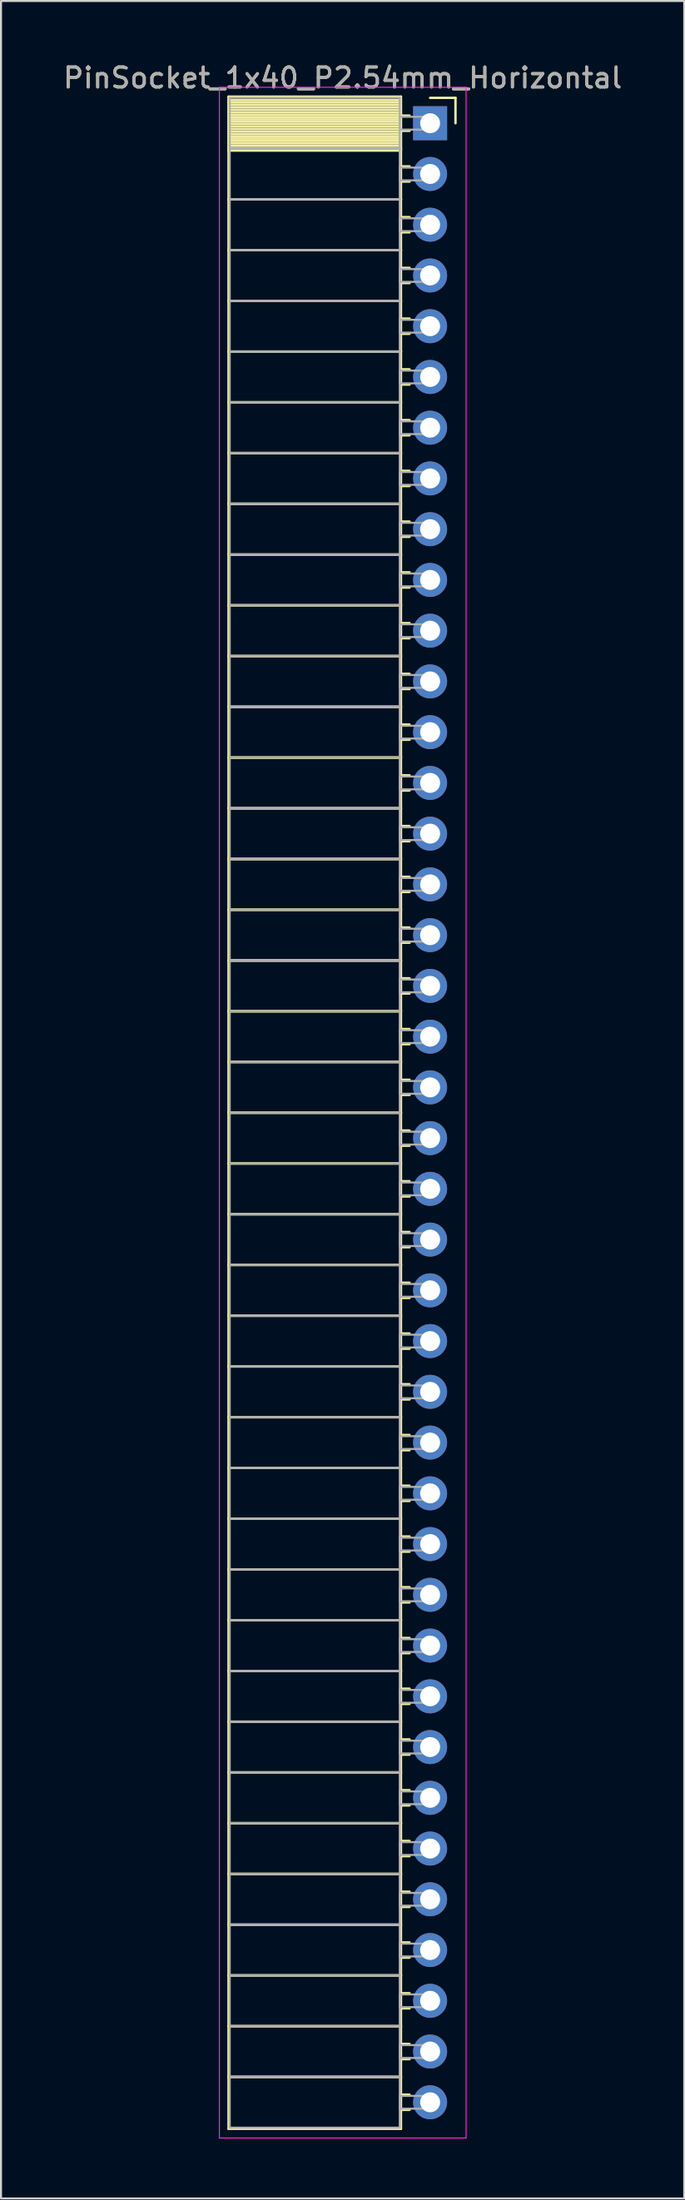
<source format=kicad_pcb>
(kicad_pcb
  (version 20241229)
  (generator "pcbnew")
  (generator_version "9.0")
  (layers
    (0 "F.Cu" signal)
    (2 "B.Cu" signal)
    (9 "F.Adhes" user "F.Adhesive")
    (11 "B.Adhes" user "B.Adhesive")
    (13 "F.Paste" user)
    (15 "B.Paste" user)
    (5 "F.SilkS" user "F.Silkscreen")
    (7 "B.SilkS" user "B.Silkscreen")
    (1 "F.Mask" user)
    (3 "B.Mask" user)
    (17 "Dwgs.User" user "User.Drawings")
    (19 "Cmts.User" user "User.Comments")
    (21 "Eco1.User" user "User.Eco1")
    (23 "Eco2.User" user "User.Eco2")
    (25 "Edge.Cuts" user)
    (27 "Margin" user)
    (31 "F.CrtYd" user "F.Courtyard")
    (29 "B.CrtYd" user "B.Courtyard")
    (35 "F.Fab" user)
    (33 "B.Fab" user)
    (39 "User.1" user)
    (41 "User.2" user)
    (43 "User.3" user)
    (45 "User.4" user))
  (footprint "PinSocket_1x40_P2.54mm_Horizontal"
    (layer "F.Cu")
    (at 18.481 3.118)
    (property "Reference" "PinSocket_1x40_P2.54mm_Horizontal" (at -4.38 -2.27 0) (layer "F.SilkS") (effects (font (size 1 1) (thickness 0.15))))
    (attr through_hole)
    (fp_line (start -10.09 -1.33) (end -1.46 -1.33) (stroke (width 0.12) (type solid)) (layer "F.SilkS"))
    (fp_line (start -10.09 1.27) (end -10.09 -1.33) (stroke (width 0.12) (type solid)) (layer "F.SilkS"))
    (fp_line (start -10.09 1.27) (end -1.46 1.27) (stroke (width 0.12) (type solid)) (layer "F.SilkS"))
    (fp_line (start -10.09 3.81) (end -10.09 1.27) (stroke (width 0.12) (type solid)) (layer "F.SilkS"))
    (fp_line (start -10.09 3.81) (end -1.46 3.81) (stroke (width 0.12) (type solid)) (layer "F.SilkS"))
    (fp_line (start -10.09 6.35) (end -10.09 3.81) (stroke (width 0.12) (type solid)) (layer "F.SilkS"))
    (fp_line (start -10.09 6.35) (end -1.46 6.35) (stroke (width 0.12) (type solid)) (layer "F.SilkS"))
    (fp_line (start -10.09 8.89) (end -10.09 6.35) (stroke (width 0.12) (type solid)) (layer "F.SilkS"))
    (fp_line (start -10.09 8.89) (end -1.46 8.89) (stroke (width 0.12) (type solid)) (layer "F.SilkS"))
    (fp_line (start -10.09 11.43) (end -10.09 8.89) (stroke (width 0.12) (type solid)) (layer "F.SilkS"))
    (fp_line (start -10.09 11.43) (end -1.46 11.43) (stroke (width 0.12) (type solid)) (layer "F.SilkS"))
    (fp_line (start -10.09 13.97) (end -10.09 11.43) (stroke (width 0.12) (type solid)) (layer "F.SilkS"))
    (fp_line (start -10.09 13.97) (end -1.46 13.97) (stroke (width 0.12) (type solid)) (layer "F.SilkS"))
    (fp_line (start -10.09 16.51) (end -10.09 13.97) (stroke (width 0.12) (type solid)) (layer "F.SilkS"))
    (fp_line (start -10.09 16.51) (end -1.46 16.51) (stroke (width 0.12) (type solid)) (layer "F.SilkS"))
    (fp_line (start -10.09 19.05) (end -10.09 16.51) (stroke (width 0.12) (type solid)) (layer "F.SilkS"))
    (fp_line (start -10.09 19.05) (end -1.46 19.05) (stroke (width 0.12) (type solid)) (layer "F.SilkS"))
    (fp_line (start -10.09 21.59) (end -10.09 19.05) (stroke (width 0.12) (type solid)) (layer "F.SilkS"))
    (fp_line (start -10.09 21.59) (end -1.46 21.59) (stroke (width 0.12) (type solid)) (layer "F.SilkS"))
    (fp_line (start -10.09 24.13) (end -10.09 21.59) (stroke (width 0.12) (type solid)) (layer "F.SilkS"))
    (fp_line (start -10.09 24.13) (end -1.46 24.13) (stroke (width 0.12) (type solid)) (layer "F.SilkS"))
    (fp_line (start -10.09 26.67) (end -10.09 24.13) (stroke (width 0.12) (type solid)) (layer "F.SilkS"))
    (fp_line (start -10.09 26.67) (end -1.46 26.67) (stroke (width 0.12) (type solid)) (layer "F.SilkS"))
    (fp_line (start -10.09 29.21) (end -10.09 26.67) (stroke (width 0.12) (type solid)) (layer "F.SilkS"))
    (fp_line (start -10.09 29.21) (end -1.46 29.21) (stroke (width 0.12) (type solid)) (layer "F.SilkS"))
    (fp_line (start -10.09 31.75) (end -10.09 29.21) (stroke (width 0.12) (type solid)) (layer "F.SilkS"))
    (fp_line (start -10.09 31.75) (end -1.46 31.75) (stroke (width 0.12) (type solid)) (layer "F.SilkS"))
    (fp_line (start -10.09 34.29) (end -10.09 31.75) (stroke (width 0.12) (type solid)) (layer "F.SilkS"))
    (fp_line (start -10.09 34.29) (end -1.46 34.29) (stroke (width 0.12) (type solid)) (layer "F.SilkS"))
    (fp_line (start -10.09 36.83) (end -10.09 34.29) (stroke (width 0.12) (type solid)) (layer "F.SilkS"))
    (fp_line (start -10.09 36.83) (end -1.46 36.83) (stroke (width 0.12) (type solid)) (layer "F.SilkS"))
    (fp_line (start -10.09 39.37) (end -10.09 36.83) (stroke (width 0.12) (type solid)) (layer "F.SilkS"))
    (fp_line (start -10.09 39.37) (end -1.46 39.37) (stroke (width 0.12) (type solid)) (layer "F.SilkS"))
    (fp_line (start -10.09 41.91) (end -10.09 39.37) (stroke (width 0.12) (type solid)) (layer "F.SilkS"))
    (fp_line (start -10.09 41.91) (end -1.46 41.91) (stroke (width 0.12) (type solid)) (layer "F.SilkS"))
    (fp_line (start -10.09 44.45) (end -10.09 41.91) (stroke (width 0.12) (type solid)) (layer "F.SilkS"))
    (fp_line (start -10.09 44.45) (end -1.46 44.45) (stroke (width 0.12) (type solid)) (layer "F.SilkS"))
    (fp_line (start -10.09 46.99) (end -10.09 44.45) (stroke (width 0.12) (type solid)) (layer "F.SilkS"))
    (fp_line (start -10.09 46.99) (end -1.46 46.99) (stroke (width 0.12) (type solid)) (layer "F.SilkS"))
    (fp_line (start -10.09 49.53) (end -10.09 46.99) (stroke (width 0.12) (type solid)) (layer "F.SilkS"))
    (fp_line (start -10.09 49.53) (end -1.46 49.53) (stroke (width 0.12) (type solid)) (layer "F.SilkS"))
    (fp_line (start -10.09 52.07) (end -10.09 49.53) (stroke (width 0.12) (type solid)) (layer "F.SilkS"))
    (fp_line (start -10.09 52.07) (end -1.46 52.07) (stroke (width 0.12) (type solid)) (layer "F.SilkS"))
    (fp_line (start -10.09 54.61) (end -10.09 52.07) (stroke (width 0.12) (type solid)) (layer "F.SilkS"))
    (fp_line (start -10.09 54.61) (end -1.46 54.61) (stroke (width 0.12) (type solid)) (layer "F.SilkS"))
    (fp_line (start -10.09 57.15) (end -10.09 54.61) (stroke (width 0.12) (type solid)) (layer "F.SilkS"))
    (fp_line (start -10.09 57.15) (end -1.46 57.15) (stroke (width 0.12) (type solid)) (layer "F.SilkS"))
    (fp_line (start -10.09 59.69) (end -10.09 57.15) (stroke (width 0.12) (type solid)) (layer "F.SilkS"))
    (fp_line (start -10.09 59.69) (end -1.46 59.69) (stroke (width 0.12) (type solid)) (layer "F.SilkS"))
    (fp_line (start -10.09 62.23) (end -10.09 59.69) (stroke (width 0.12) (type solid)) (layer "F.SilkS"))
    (fp_line (start -10.09 62.23) (end -1.46 62.23) (stroke (width 0.12) (type solid)) (layer "F.SilkS"))
    (fp_line (start -10.09 64.77) (end -10.09 62.23) (stroke (width 0.12) (type solid)) (layer "F.SilkS"))
    (fp_line (start -10.09 64.77) (end -1.46 64.77) (stroke (width 0.12) (type solid)) (layer "F.SilkS"))
    (fp_line (start -10.09 67.31) (end -10.09 64.77) (stroke (width 0.12) (type solid)) (layer "F.SilkS"))
    (fp_line (start -10.09 67.31) (end -1.46 67.31) (stroke (width 0.12) (type solid)) (layer "F.SilkS"))
    (fp_line (start -10.09 69.85) (end -10.09 67.31) (stroke (width 0.12) (type solid)) (layer "F.SilkS"))
    (fp_line (start -10.09 69.85) (end -1.46 69.85) (stroke (width 0.12) (type solid)) (layer "F.SilkS"))
    (fp_line (start -10.09 72.39) (end -10.09 69.85) (stroke (width 0.12) (type solid)) (layer "F.SilkS"))
    (fp_line (start -10.09 72.39) (end -1.46 72.39) (stroke (width 0.12) (type solid)) (layer "F.SilkS"))
    (fp_line (start -10.09 74.93) (end -10.09 72.39) (stroke (width 0.12) (type solid)) (layer "F.SilkS"))
    (fp_line (start -10.09 74.93) (end -1.46 74.93) (stroke (width 0.12) (type solid)) (layer "F.SilkS"))
    (fp_line (start -10.09 77.47) (end -10.09 74.93) (stroke (width 0.12) (type solid)) (layer "F.SilkS"))
    (fp_line (start -10.09 77.47) (end -1.46 77.47) (stroke (width 0.12) (type solid)) (layer "F.SilkS"))
    (fp_line (start -10.09 80.01) (end -10.09 77.47) (stroke (width 0.12) (type solid)) (layer "F.SilkS"))
    (fp_line (start -10.09 80.01) (end -1.46 80.01) (stroke (width 0.12) (type solid)) (layer "F.SilkS"))
    (fp_line (start -10.09 82.55) (end -10.09 80.01) (stroke (width 0.12) (type solid)) (layer "F.SilkS"))
    (fp_line (start -10.09 82.55) (end -1.46 82.55) (stroke (width 0.12) (type solid)) (layer "F.SilkS"))
    (fp_line (start -10.09 85.09) (end -10.09 82.55) (stroke (width 0.12) (type solid)) (layer "F.SilkS"))
    (fp_line (start -10.09 85.09) (end -1.46 85.09) (stroke (width 0.12) (type solid)) (layer "F.SilkS"))
    (fp_line (start -10.09 87.63) (end -10.09 85.09) (stroke (width 0.12) (type solid)) (layer "F.SilkS"))
    (fp_line (start -10.09 87.63) (end -1.46 87.63) (stroke (width 0.12) (type solid)) (layer "F.SilkS"))
    (fp_line (start -10.09 90.17) (end -10.09 87.63) (stroke (width 0.12) (type solid)) (layer "F.SilkS"))
    (fp_line (start -10.09 90.17) (end -1.46 90.17) (stroke (width 0.12) (type solid)) (layer "F.SilkS"))
    (fp_line (start -10.09 92.71) (end -10.09 90.17) (stroke (width 0.12) (type solid)) (layer "F.SilkS"))
    (fp_line (start -10.09 92.71) (end -1.46 92.71) (stroke (width 0.12) (type solid)) (layer "F.SilkS"))
    (fp_line (start -10.09 95.25) (end -10.09 92.71) (stroke (width 0.12) (type solid)) (layer "F.SilkS"))
    (fp_line (start -10.09 95.25) (end -1.46 95.25) (stroke (width 0.12) (type solid)) (layer "F.SilkS"))
    (fp_line (start -10.09 97.79) (end -10.09 95.25) (stroke (width 0.12) (type solid)) (layer "F.SilkS"))
    (fp_line (start -10.09 97.79) (end -1.46 97.79) (stroke (width 0.12) (type solid)) (layer "F.SilkS"))
    (fp_line (start -10.09 100.39) (end -10.09 97.79) (stroke (width 0.12) (type solid)) (layer "F.SilkS"))
    (fp_line (start -1.46 -1.33) (end -1.46 1.27) (stroke (width 0.12) (type solid)) (layer "F.SilkS"))
    (fp_line (start -1.46 -1.15) (end -10.09 -1.15) (stroke (width 0.12) (type solid)) (layer "F.SilkS"))
    (fp_line (start -1.46 -1.03) (end -10.09 -1.03) (stroke (width 0.12) (type solid)) (layer "F.SilkS"))
    (fp_line (start -1.46 -0.91) (end -10.09 -0.91) (stroke (width 0.12) (type solid)) (layer "F.SilkS"))
    (fp_line (start -1.46 -0.79) (end -10.09 -0.79) (stroke (width 0.12) (type solid)) (layer "F.SilkS"))
    (fp_line (start -1.46 -0.67) (end -10.09 -0.67) (stroke (width 0.12) (type solid)) (layer "F.SilkS"))
    (fp_line (start -1.46 -0.55) (end -10.09 -0.55) (stroke (width 0.12) (type solid)) (layer "F.SilkS"))
    (fp_line (start -1.46 -0.43) (end -10.09 -0.43) (stroke (width 0.12) (type solid)) (layer "F.SilkS"))
    (fp_line (start -1.46 -0.31) (end -10.09 -0.31) (stroke (width 0.12) (type solid)) (layer "F.SilkS"))
    (fp_line (start -1.46 -0.19) (end -10.09 -0.19) (stroke (width 0.12) (type solid)) (layer "F.SilkS"))
    (fp_line (start -1.46 -0.07) (end -10.09 -0.07) (stroke (width 0.12) (type solid)) (layer "F.SilkS"))
    (fp_line (start -1.46 0.05) (end -10.09 0.05) (stroke (width 0.12) (type solid)) (layer "F.SilkS"))
    (fp_line (start -1.46 0.17) (end -10.09 0.17) (stroke (width 0.12) (type solid)) (layer "F.SilkS"))
    (fp_line (start -1.46 0.29) (end -10.09 0.29) (stroke (width 0.12) (type solid)) (layer "F.SilkS"))
    (fp_line (start -1.46 0.41) (end -10.09 0.41) (stroke (width 0.12) (type solid)) (layer "F.SilkS"))
    (fp_line (start -1.46 0.53) (end -10.09 0.53) (stroke (width 0.12) (type solid)) (layer "F.SilkS"))
    (fp_line (start -1.46 0.65) (end -10.09 0.65) (stroke (width 0.12) (type solid)) (layer "F.SilkS"))
    (fp_line (start -1.46 0.77) (end -10.09 0.77) (stroke (width 0.12) (type solid)) (layer "F.SilkS"))
    (fp_line (start -1.46 0.89) (end -10.09 0.89) (stroke (width 0.12) (type solid)) (layer "F.SilkS"))
    (fp_line (start -1.46 1.01) (end -10.09 1.01) (stroke (width 0.12) (type solid)) (layer "F.SilkS"))
    (fp_line (start -1.46 1.13) (end -10.09 1.13) (stroke (width 0.12) (type solid)) (layer "F.SilkS"))
    (fp_line (start -1.46 1.25) (end -10.09 1.25) (stroke (width 0.12) (type solid)) (layer "F.SilkS"))
    (fp_line (start -1.46 1.27) (end -10.09 1.27) (stroke (width 0.12) (type solid)) (layer "F.SilkS"))
    (fp_line (start -1.46 1.27) (end -1.46 3.81) (stroke (width 0.12) (type solid)) (layer "F.SilkS"))
    (fp_line (start -1.46 1.37) (end -10.09 1.37) (stroke (width 0.12) (type solid)) (layer "F.SilkS"))
    (fp_line (start -1.46 3.81) (end -10.09 3.81) (stroke (width 0.12) (type solid)) (layer "F.SilkS"))
    (fp_line (start -1.46 3.81) (end -1.46 6.35) (stroke (width 0.12) (type solid)) (layer "F.SilkS"))
    (fp_line (start -1.46 6.35) (end -10.09 6.35) (stroke (width 0.12) (type solid)) (layer "F.SilkS"))
    (fp_line (start -1.46 6.35) (end -1.46 8.89) (stroke (width 0.12) (type solid)) (layer "F.SilkS"))
    (fp_line (start -1.46 8.89) (end -10.09 8.89) (stroke (width 0.12) (type solid)) (layer "F.SilkS"))
    (fp_line (start -1.46 8.89) (end -1.46 11.43) (stroke (width 0.12) (type solid)) (layer "F.SilkS"))
    (fp_line (start -1.46 11.43) (end -10.09 11.43) (stroke (width 0.12) (type solid)) (layer "F.SilkS"))
    (fp_line (start -1.46 11.43) (end -1.46 13.97) (stroke (width 0.12) (type solid)) (layer "F.SilkS"))
    (fp_line (start -1.46 13.97) (end -10.09 13.97) (stroke (width 0.12) (type solid)) (layer "F.SilkS"))
    (fp_line (start -1.46 13.97) (end -1.46 16.51) (stroke (width 0.12) (type solid)) (layer "F.SilkS"))
    (fp_line (start -1.46 16.51) (end -10.09 16.51) (stroke (width 0.12) (type solid)) (layer "F.SilkS"))
    (fp_line (start -1.46 16.51) (end -1.46 19.05) (stroke (width 0.12) (type solid)) (layer "F.SilkS"))
    (fp_line (start -1.46 19.05) (end -10.09 19.05) (stroke (width 0.12) (type solid)) (layer "F.SilkS"))
    (fp_line (start -1.46 19.05) (end -1.46 21.59) (stroke (width 0.12) (type solid)) (layer "F.SilkS"))
    (fp_line (start -1.46 21.59) (end -10.09 21.59) (stroke (width 0.12) (type solid)) (layer "F.SilkS"))
    (fp_line (start -1.46 21.59) (end -1.46 24.13) (stroke (width 0.12) (type solid)) (layer "F.SilkS"))
    (fp_line (start -1.46 24.13) (end -10.09 24.13) (stroke (width 0.12) (type solid)) (layer "F.SilkS"))
    (fp_line (start -1.46 24.13) (end -1.46 26.67) (stroke (width 0.12) (type solid)) (layer "F.SilkS"))
    (fp_line (start -1.46 26.67) (end -10.09 26.67) (stroke (width 0.12) (type solid)) (layer "F.SilkS"))
    (fp_line (start -1.46 26.67) (end -1.46 29.21) (stroke (width 0.12) (type solid)) (layer "F.SilkS"))
    (fp_line (start -1.46 29.21) (end -10.09 29.21) (stroke (width 0.12) (type solid)) (layer "F.SilkS"))
    (fp_line (start -1.46 29.21) (end -1.46 31.75) (stroke (width 0.12) (type solid)) (layer "F.SilkS"))
    (fp_line (start -1.46 31.75) (end -10.09 31.75) (stroke (width 0.12) (type solid)) (layer "F.SilkS"))
    (fp_line (start -1.46 31.75) (end -1.46 34.29) (stroke (width 0.12) (type solid)) (layer "F.SilkS"))
    (fp_line (start -1.46 34.29) (end -10.09 34.29) (stroke (width 0.12) (type solid)) (layer "F.SilkS"))
    (fp_line (start -1.46 34.29) (end -1.46 36.83) (stroke (width 0.12) (type solid)) (layer "F.SilkS"))
    (fp_line (start -1.46 36.83) (end -10.09 36.83) (stroke (width 0.12) (type solid)) (layer "F.SilkS"))
    (fp_line (start -1.46 36.83) (end -1.46 39.37) (stroke (width 0.12) (type solid)) (layer "F.SilkS"))
    (fp_line (start -1.46 39.37) (end -10.09 39.37) (stroke (width 0.12) (type solid)) (layer "F.SilkS"))
    (fp_line (start -1.46 39.37) (end -1.46 41.91) (stroke (width 0.12) (type solid)) (layer "F.SilkS"))
    (fp_line (start -1.46 41.91) (end -10.09 41.91) (stroke (width 0.12) (type solid)) (layer "F.SilkS"))
    (fp_line (start -1.46 41.91) (end -1.46 44.45) (stroke (width 0.12) (type solid)) (layer "F.SilkS"))
    (fp_line (start -1.46 44.45) (end -10.09 44.45) (stroke (width 0.12) (type solid)) (layer "F.SilkS"))
    (fp_line (start -1.46 44.45) (end -1.46 46.99) (stroke (width 0.12) (type solid)) (layer "F.SilkS"))
    (fp_line (start -1.46 46.99) (end -10.09 46.99) (stroke (width 0.12) (type solid)) (layer "F.SilkS"))
    (fp_line (start -1.46 46.99) (end -1.46 49.53) (stroke (width 0.12) (type solid)) (layer "F.SilkS"))
    (fp_line (start -1.46 49.53) (end -10.09 49.53) (stroke (width 0.12) (type solid)) (layer "F.SilkS"))
    (fp_line (start -1.46 49.53) (end -1.46 52.07) (stroke (width 0.12) (type solid)) (layer "F.SilkS"))
    (fp_line (start -1.46 52.07) (end -10.09 52.07) (stroke (width 0.12) (type solid)) (layer "F.SilkS"))
    (fp_line (start -1.46 52.07) (end -1.46 54.61) (stroke (width 0.12) (type solid)) (layer "F.SilkS"))
    (fp_line (start -1.46 54.61) (end -10.09 54.61) (stroke (width 0.12) (type solid)) (layer "F.SilkS"))
    (fp_line (start -1.46 54.61) (end -1.46 57.15) (stroke (width 0.12) (type solid)) (layer "F.SilkS"))
    (fp_line (start -1.46 57.15) (end -10.09 57.15) (stroke (width 0.12) (type solid)) (layer "F.SilkS"))
    (fp_line (start -1.46 57.15) (end -1.46 59.69) (stroke (width 0.12) (type solid)) (layer "F.SilkS"))
    (fp_line (start -1.46 59.69) (end -10.09 59.69) (stroke (width 0.12) (type solid)) (layer "F.SilkS"))
    (fp_line (start -1.46 59.69) (end -1.46 62.23) (stroke (width 0.12) (type solid)) (layer "F.SilkS"))
    (fp_line (start -1.46 62.23) (end -10.09 62.23) (stroke (width 0.12) (type solid)) (layer "F.SilkS"))
    (fp_line (start -1.46 62.23) (end -1.46 64.77) (stroke (width 0.12) (type solid)) (layer "F.SilkS"))
    (fp_line (start -1.46 64.77) (end -10.09 64.77) (stroke (width 0.12) (type solid)) (layer "F.SilkS"))
    (fp_line (start -1.46 64.77) (end -1.46 67.31) (stroke (width 0.12) (type solid)) (layer "F.SilkS"))
    (fp_line (start -1.46 67.31) (end -10.09 67.31) (stroke (width 0.12) (type solid)) (layer "F.SilkS"))
    (fp_line (start -1.46 67.31) (end -1.46 69.85) (stroke (width 0.12) (type solid)) (layer "F.SilkS"))
    (fp_line (start -1.46 69.85) (end -10.09 69.85) (stroke (width 0.12) (type solid)) (layer "F.SilkS"))
    (fp_line (start -1.46 69.85) (end -1.46 72.39) (stroke (width 0.12) (type solid)) (layer "F.SilkS"))
    (fp_line (start -1.46 72.39) (end -10.09 72.39) (stroke (width 0.12) (type solid)) (layer "F.SilkS"))
    (fp_line (start -1.46 72.39) (end -1.46 74.93) (stroke (width 0.12) (type solid)) (layer "F.SilkS"))
    (fp_line (start -1.46 74.93) (end -10.09 74.93) (stroke (width 0.12) (type solid)) (layer "F.SilkS"))
    (fp_line (start -1.46 74.93) (end -1.46 77.47) (stroke (width 0.12) (type solid)) (layer "F.SilkS"))
    (fp_line (start -1.46 77.47) (end -10.09 77.47) (stroke (width 0.12) (type solid)) (layer "F.SilkS"))
    (fp_line (start -1.46 77.47) (end -1.46 80.01) (stroke (width 0.12) (type solid)) (layer "F.SilkS"))
    (fp_line (start -1.46 80.01) (end -10.09 80.01) (stroke (width 0.12) (type solid)) (layer "F.SilkS"))
    (fp_line (start -1.46 80.01) (end -1.46 82.55) (stroke (width 0.12) (type solid)) (layer "F.SilkS"))
    (fp_line (start -1.46 82.55) (end -10.09 82.55) (stroke (width 0.12) (type solid)) (layer "F.SilkS"))
    (fp_line (start -1.46 82.55) (end -1.46 85.09) (stroke (width 0.12) (type solid)) (layer "F.SilkS"))
    (fp_line (start -1.46 85.09) (end -10.09 85.09) (stroke (width 0.12) (type solid)) (layer "F.SilkS"))
    (fp_line (start -1.46 85.09) (end -1.46 87.63) (stroke (width 0.12) (type solid)) (layer "F.SilkS"))
    (fp_line (start -1.46 87.63) (end -10.09 87.63) (stroke (width 0.12) (type solid)) (layer "F.SilkS"))
    (fp_line (start -1.46 87.63) (end -1.46 90.17) (stroke (width 0.12) (type solid)) (layer "F.SilkS"))
    (fp_line (start -1.46 90.17) (end -10.09 90.17) (stroke (width 0.12) (type solid)) (layer "F.SilkS"))
    (fp_line (start -1.46 90.17) (end -1.46 92.71) (stroke (width 0.12) (type solid)) (layer "F.SilkS"))
    (fp_line (start -1.46 92.71) (end -10.09 92.71) (stroke (width 0.12) (type solid)) (layer "F.SilkS"))
    (fp_line (start -1.46 92.71) (end -1.46 95.25) (stroke (width 0.12) (type solid)) (layer "F.SilkS"))
    (fp_line (start -1.46 95.25) (end -10.09 95.25) (stroke (width 0.12) (type solid)) (layer "F.SilkS"))
    (fp_line (start -1.46 95.25) (end -1.46 97.79) (stroke (width 0.12) (type solid)) (layer "F.SilkS"))
    (fp_line (start -1.46 97.79) (end -10.09 97.79) (stroke (width 0.12) (type solid)) (layer "F.SilkS"))
    (fp_line (start -1.46 97.79) (end -1.46 100.39) (stroke (width 0.12) (type solid)) (layer "F.SilkS"))
    (fp_line (start -1.46 100.39) (end -10.09 100.39) (stroke (width 0.12) (type solid)) (layer "F.SilkS"))
    (fp_line (start -1.03 -0.38) (end -1.46 -0.38) (stroke (width 0.12) (type solid)) (layer "F.SilkS"))
    (fp_line (start -1.03 0.38) (end -1.46 0.38) (stroke (width 0.12) (type solid)) (layer "F.SilkS"))
    (fp_line (start -1.03 2.16) (end -1.46 2.16) (stroke (width 0.12) (type solid)) (layer "F.SilkS"))
    (fp_line (start -1.03 2.92) (end -1.46 2.92) (stroke (width 0.12) (type solid)) (layer "F.SilkS"))
    (fp_line (start -1.03 4.7) (end -1.46 4.7) (stroke (width 0.12) (type solid)) (layer "F.SilkS"))
    (fp_line (start -1.03 5.46) (end -1.46 5.46) (stroke (width 0.12) (type solid)) (layer "F.SilkS"))
    (fp_line (start -1.03 7.24) (end -1.46 7.24) (stroke (width 0.12) (type solid)) (layer "F.SilkS"))
    (fp_line (start -1.03 8) (end -1.46 8) (stroke (width 0.12) (type solid)) (layer "F.SilkS"))
    (fp_line (start -1.03 9.78) (end -1.46 9.78) (stroke (width 0.12) (type solid)) (layer "F.SilkS"))
    (fp_line (start -1.03 10.54) (end -1.46 10.54) (stroke (width 0.12) (type solid)) (layer "F.SilkS"))
    (fp_line (start -1.03 12.32) (end -1.46 12.32) (stroke (width 0.12) (type solid)) (layer "F.SilkS"))
    (fp_line (start -1.03 13.08) (end -1.46 13.08) (stroke (width 0.12) (type solid)) (layer "F.SilkS"))
    (fp_line (start -1.03 14.86) (end -1.46 14.86) (stroke (width 0.12) (type solid)) (layer "F.SilkS"))
    (fp_line (start -1.03 15.62) (end -1.46 15.62) (stroke (width 0.12) (type solid)) (layer "F.SilkS"))
    (fp_line (start -1.03 17.4) (end -1.46 17.4) (stroke (width 0.12) (type solid)) (layer "F.SilkS"))
    (fp_line (start -1.03 18.16) (end -1.46 18.16) (stroke (width 0.12) (type solid)) (layer "F.SilkS"))
    (fp_line (start -1.03 19.94) (end -1.46 19.94) (stroke (width 0.12) (type solid)) (layer "F.SilkS"))
    (fp_line (start -1.03 20.7) (end -1.46 20.7) (stroke (width 0.12) (type solid)) (layer "F.SilkS"))
    (fp_line (start -1.03 22.48) (end -1.46 22.48) (stroke (width 0.12) (type solid)) (layer "F.SilkS"))
    (fp_line (start -1.03 23.24) (end -1.46 23.24) (stroke (width 0.12) (type solid)) (layer "F.SilkS"))
    (fp_line (start -1.03 25.02) (end -1.46 25.02) (stroke (width 0.12) (type solid)) (layer "F.SilkS"))
    (fp_line (start -1.03 25.78) (end -1.46 25.78) (stroke (width 0.12) (type solid)) (layer "F.SilkS"))
    (fp_line (start -1.03 27.56) (end -1.46 27.56) (stroke (width 0.12) (type solid)) (layer "F.SilkS"))
    (fp_line (start -1.03 28.32) (end -1.46 28.32) (stroke (width 0.12) (type solid)) (layer "F.SilkS"))
    (fp_line (start -1.03 30.1) (end -1.46 30.1) (stroke (width 0.12) (type solid)) (layer "F.SilkS"))
    (fp_line (start -1.03 30.86) (end -1.46 30.86) (stroke (width 0.12) (type solid)) (layer "F.SilkS"))
    (fp_line (start -1.03 32.64) (end -1.46 32.64) (stroke (width 0.12) (type solid)) (layer "F.SilkS"))
    (fp_line (start -1.03 33.4) (end -1.46 33.4) (stroke (width 0.12) (type solid)) (layer "F.SilkS"))
    (fp_line (start -1.03 35.18) (end -1.46 35.18) (stroke (width 0.12) (type solid)) (layer "F.SilkS"))
    (fp_line (start -1.03 35.94) (end -1.46 35.94) (stroke (width 0.12) (type solid)) (layer "F.SilkS"))
    (fp_line (start -1.03 37.72) (end -1.46 37.72) (stroke (width 0.12) (type solid)) (layer "F.SilkS"))
    (fp_line (start -1.03 38.48) (end -1.46 38.48) (stroke (width 0.12) (type solid)) (layer "F.SilkS"))
    (fp_line (start -1.03 40.26) (end -1.46 40.26) (stroke (width 0.12) (type solid)) (layer "F.SilkS"))
    (fp_line (start -1.03 41.02) (end -1.46 41.02) (stroke (width 0.12) (type solid)) (layer "F.SilkS"))
    (fp_line (start -1.03 42.8) (end -1.46 42.8) (stroke (width 0.12) (type solid)) (layer "F.SilkS"))
    (fp_line (start -1.03 43.56) (end -1.46 43.56) (stroke (width 0.12) (type solid)) (layer "F.SilkS"))
    (fp_line (start -1.03 45.34) (end -1.46 45.34) (stroke (width 0.12) (type solid)) (layer "F.SilkS"))
    (fp_line (start -1.03 46.1) (end -1.46 46.1) (stroke (width 0.12) (type solid)) (layer "F.SilkS"))
    (fp_line (start -1.03 47.88) (end -1.46 47.88) (stroke (width 0.12) (type solid)) (layer "F.SilkS"))
    (fp_line (start -1.03 48.64) (end -1.46 48.64) (stroke (width 0.12) (type solid)) (layer "F.SilkS"))
    (fp_line (start -1.03 50.42) (end -1.46 50.42) (stroke (width 0.12) (type solid)) (layer "F.SilkS"))
    (fp_line (start -1.03 51.18) (end -1.46 51.18) (stroke (width 0.12) (type solid)) (layer "F.SilkS"))
    (fp_line (start -1.03 52.96) (end -1.46 52.96) (stroke (width 0.12) (type solid)) (layer "F.SilkS"))
    (fp_line (start -1.03 53.72) (end -1.46 53.72) (stroke (width 0.12) (type solid)) (layer "F.SilkS"))
    (fp_line (start -1.03 55.5) (end -1.46 55.5) (stroke (width 0.12) (type solid)) (layer "F.SilkS"))
    (fp_line (start -1.03 56.26) (end -1.46 56.26) (stroke (width 0.12) (type solid)) (layer "F.SilkS"))
    (fp_line (start -1.03 58.04) (end -1.46 58.04) (stroke (width 0.12) (type solid)) (layer "F.SilkS"))
    (fp_line (start -1.03 58.8) (end -1.46 58.8) (stroke (width 0.12) (type solid)) (layer "F.SilkS"))
    (fp_line (start -1.03 60.58) (end -1.46 60.58) (stroke (width 0.12) (type solid)) (layer "F.SilkS"))
    (fp_line (start -1.03 61.34) (end -1.46 61.34) (stroke (width 0.12) (type solid)) (layer "F.SilkS"))
    (fp_line (start -1.03 63.12) (end -1.46 63.12) (stroke (width 0.12) (type solid)) (layer "F.SilkS"))
    (fp_line (start -1.03 63.88) (end -1.46 63.88) (stroke (width 0.12) (type solid)) (layer "F.SilkS"))
    (fp_line (start -1.03 65.66) (end -1.46 65.66) (stroke (width 0.12) (type solid)) (layer "F.SilkS"))
    (fp_line (start -1.03 66.42) (end -1.46 66.42) (stroke (width 0.12) (type solid)) (layer "F.SilkS"))
    (fp_line (start -1.03 68.2) (end -1.46 68.2) (stroke (width 0.12) (type solid)) (layer "F.SilkS"))
    (fp_line (start -1.03 68.96) (end -1.46 68.96) (stroke (width 0.12) (type solid)) (layer "F.SilkS"))
    (fp_line (start -1.03 70.74) (end -1.46 70.74) (stroke (width 0.12) (type solid)) (layer "F.SilkS"))
    (fp_line (start -1.03 71.5) (end -1.46 71.5) (stroke (width 0.12) (type solid)) (layer "F.SilkS"))
    (fp_line (start -1.03 73.28) (end -1.46 73.28) (stroke (width 0.12) (type solid)) (layer "F.SilkS"))
    (fp_line (start -1.03 74.04) (end -1.46 74.04) (stroke (width 0.12) (type solid)) (layer "F.SilkS"))
    (fp_line (start -1.03 75.82) (end -1.46 75.82) (stroke (width 0.12) (type solid)) (layer "F.SilkS"))
    (fp_line (start -1.03 76.58) (end -1.46 76.58) (stroke (width 0.12) (type solid)) (layer "F.SilkS"))
    (fp_line (start -1.03 78.36) (end -1.46 78.36) (stroke (width 0.12) (type solid)) (layer "F.SilkS"))
    (fp_line (start -1.03 79.12) (end -1.46 79.12) (stroke (width 0.12) (type solid)) (layer "F.SilkS"))
    (fp_line (start -1.03 80.9) (end -1.46 80.9) (stroke (width 0.12) (type solid)) (layer "F.SilkS"))
    (fp_line (start -1.03 81.66) (end -1.46 81.66) (stroke (width 0.12) (type solid)) (layer "F.SilkS"))
    (fp_line (start -1.03 83.44) (end -1.46 83.44) (stroke (width 0.12) (type solid)) (layer "F.SilkS"))
    (fp_line (start -1.03 84.2) (end -1.46 84.2) (stroke (width 0.12) (type solid)) (layer "F.SilkS"))
    (fp_line (start -1.03 85.98) (end -1.46 85.98) (stroke (width 0.12) (type solid)) (layer "F.SilkS"))
    (fp_line (start -1.03 86.74) (end -1.46 86.74) (stroke (width 0.12) (type solid)) (layer "F.SilkS"))
    (fp_line (start -1.03 88.52) (end -1.46 88.52) (stroke (width 0.12) (type solid)) (layer "F.SilkS"))
    (fp_line (start -1.03 89.28) (end -1.46 89.28) (stroke (width 0.12) (type solid)) (layer "F.SilkS"))
    (fp_line (start -1.03 91.06) (end -1.46 91.06) (stroke (width 0.12) (type solid)) (layer "F.SilkS"))
    (fp_line (start -1.03 91.82) (end -1.46 91.82) (stroke (width 0.12) (type solid)) (layer "F.SilkS"))
    (fp_line (start -1.03 93.6) (end -1.46 93.6) (stroke (width 0.12) (type solid)) (layer "F.SilkS"))
    (fp_line (start -1.03 94.36) (end -1.46 94.36) (stroke (width 0.12) (type solid)) (layer "F.SilkS"))
    (fp_line (start -1.03 96.14) (end -1.46 96.14) (stroke (width 0.12) (type solid)) (layer "F.SilkS"))
    (fp_line (start -1.03 96.9) (end -1.46 96.9) (stroke (width 0.12) (type solid)) (layer "F.SilkS"))
    (fp_line (start -1.03 98.68) (end -1.46 98.68) (stroke (width 0.12) (type solid)) (layer "F.SilkS"))
    (fp_line (start -1.03 99.44) (end -1.46 99.44) (stroke (width 0.12) (type solid)) (layer "F.SilkS"))
    (fp_line (start 0 -1.27) (end 1.27 -1.27) (stroke (width 0.12) (type solid)) (layer "F.SilkS"))
    (fp_line (start 1.27 -1.27) (end 1.27 0) (stroke (width 0.12) (type solid)) (layer "F.SilkS"))
    (fp_line (start -10.55 -1.8) (end 1.8 -1.8) (stroke (width 0.05) (type solid)) (layer "F.CrtYd"))
    (fp_line (start -10.55 100.85) (end -10.55 -1.8) (stroke (width 0.05) (type solid)) (layer "F.CrtYd"))
    (fp_line (start 1.8 -1.8) (end 1.8 100.85) (stroke (width 0.05) (type solid)) (layer "F.CrtYd"))
    (fp_line (start 1.8 100.85) (end -10.55 100.85) (stroke (width 0.05) (type solid)) (layer "F.CrtYd"))
    (fp_line (start -10.03 -1.27) (end -1.52 -1.27) (stroke (width 0.1) (type solid)) (layer "F.Fab"))
    (fp_line (start -10.03 1.27) (end -10.03 -1.27) (stroke (width 0.1) (type solid)) (layer "F.Fab"))
    (fp_line (start -10.03 1.27) (end -1.52 1.27) (stroke (width 0.1) (type solid)) (layer "F.Fab"))
    (fp_line (start -10.03 3.81) (end -10.03 1.27) (stroke (width 0.1) (type solid)) (layer "F.Fab"))
    (fp_line (start -10.03 3.81) (end -1.52 3.81) (stroke (width 0.1) (type solid)) (layer "F.Fab"))
    (fp_line (start -10.03 6.35) (end -10.03 3.81) (stroke (width 0.1) (type solid)) (layer "F.Fab"))
    (fp_line (start -10.03 6.35) (end -1.52 6.35) (stroke (width 0.1) (type solid)) (layer "F.Fab"))
    (fp_line (start -10.03 8.89) (end -10.03 6.35) (stroke (width 0.1) (type solid)) (layer "F.Fab"))
    (fp_line (start -10.03 8.89) (end -1.52 8.89) (stroke (width 0.1) (type solid)) (layer "F.Fab"))
    (fp_line (start -10.03 11.43) (end -10.03 8.89) (stroke (width 0.1) (type solid)) (layer "F.Fab"))
    (fp_line (start -10.03 11.43) (end -1.52 11.43) (stroke (width 0.1) (type solid)) (layer "F.Fab"))
    (fp_line (start -10.03 13.97) (end -10.03 11.43) (stroke (width 0.1) (type solid)) (layer "F.Fab"))
    (fp_line (start -10.03 13.97) (end -1.52 13.97) (stroke (width 0.1) (type solid)) (layer "F.Fab"))
    (fp_line (start -10.03 16.51) (end -10.03 13.97) (stroke (width 0.1) (type solid)) (layer "F.Fab"))
    (fp_line (start -10.03 16.51) (end -1.52 16.51) (stroke (width 0.1) (type solid)) (layer "F.Fab"))
    (fp_line (start -10.03 19.05) (end -10.03 16.51) (stroke (width 0.1) (type solid)) (layer "F.Fab"))
    (fp_line (start -10.03 19.05) (end -1.52 19.05) (stroke (width 0.1) (type solid)) (layer "F.Fab"))
    (fp_line (start -10.03 21.59) (end -10.03 19.05) (stroke (width 0.1) (type solid)) (layer "F.Fab"))
    (fp_line (start -10.03 21.59) (end -1.52 21.59) (stroke (width 0.1) (type solid)) (layer "F.Fab"))
    (fp_line (start -10.03 24.13) (end -10.03 21.59) (stroke (width 0.1) (type solid)) (layer "F.Fab"))
    (fp_line (start -10.03 24.13) (end -1.52 24.13) (stroke (width 0.1) (type solid)) (layer "F.Fab"))
    (fp_line (start -10.03 26.67) (end -10.03 24.13) (stroke (width 0.1) (type solid)) (layer "F.Fab"))
    (fp_line (start -10.03 26.67) (end -1.52 26.67) (stroke (width 0.1) (type solid)) (layer "F.Fab"))
    (fp_line (start -10.03 29.21) (end -10.03 26.67) (stroke (width 0.1) (type solid)) (layer "F.Fab"))
    (fp_line (start -10.03 29.21) (end -1.52 29.21) (stroke (width 0.1) (type solid)) (layer "F.Fab"))
    (fp_line (start -10.03 31.75) (end -10.03 29.21) (stroke (width 0.1) (type solid)) (layer "F.Fab"))
    (fp_line (start -10.03 31.75) (end -1.52 31.75) (stroke (width 0.1) (type solid)) (layer "F.Fab"))
    (fp_line (start -10.03 34.29) (end -10.03 31.75) (stroke (width 0.1) (type solid)) (layer "F.Fab"))
    (fp_line (start -10.03 34.29) (end -1.52 34.29) (stroke (width 0.1) (type solid)) (layer "F.Fab"))
    (fp_line (start -10.03 36.83) (end -10.03 34.29) (stroke (width 0.1) (type solid)) (layer "F.Fab"))
    (fp_line (start -10.03 36.83) (end -1.52 36.83) (stroke (width 0.1) (type solid)) (layer "F.Fab"))
    (fp_line (start -10.03 39.37) (end -10.03 36.83) (stroke (width 0.1) (type solid)) (layer "F.Fab"))
    (fp_line (start -10.03 39.37) (end -1.52 39.37) (stroke (width 0.1) (type solid)) (layer "F.Fab"))
    (fp_line (start -10.03 41.91) (end -10.03 39.37) (stroke (width 0.1) (type solid)) (layer "F.Fab"))
    (fp_line (start -10.03 41.91) (end -1.52 41.91) (stroke (width 0.1) (type solid)) (layer "F.Fab"))
    (fp_line (start -10.03 44.45) (end -10.03 41.91) (stroke (width 0.1) (type solid)) (layer "F.Fab"))
    (fp_line (start -10.03 44.45) (end -1.52 44.45) (stroke (width 0.1) (type solid)) (layer "F.Fab"))
    (fp_line (start -10.03 46.99) (end -10.03 44.45) (stroke (width 0.1) (type solid)) (layer "F.Fab"))
    (fp_line (start -10.03 46.99) (end -1.52 46.99) (stroke (width 0.1) (type solid)) (layer "F.Fab"))
    (fp_line (start -10.03 49.53) (end -10.03 46.99) (stroke (width 0.1) (type solid)) (layer "F.Fab"))
    (fp_line (start -10.03 49.53) (end -1.52 49.53) (stroke (width 0.1) (type solid)) (layer "F.Fab"))
    (fp_line (start -10.03 52.07) (end -10.03 49.53) (stroke (width 0.1) (type solid)) (layer "F.Fab"))
    (fp_line (start -10.03 52.07) (end -1.52 52.07) (stroke (width 0.1) (type solid)) (layer "F.Fab"))
    (fp_line (start -10.03 54.61) (end -10.03 52.07) (stroke (width 0.1) (type solid)) (layer "F.Fab"))
    (fp_line (start -10.03 54.61) (end -1.52 54.61) (stroke (width 0.1) (type solid)) (layer "F.Fab"))
    (fp_line (start -10.03 57.15) (end -10.03 54.61) (stroke (width 0.1) (type solid)) (layer "F.Fab"))
    (fp_line (start -10.03 57.15) (end -1.52 57.15) (stroke (width 0.1) (type solid)) (layer "F.Fab"))
    (fp_line (start -10.03 59.69) (end -10.03 57.15) (stroke (width 0.1) (type solid)) (layer "F.Fab"))
    (fp_line (start -10.03 59.69) (end -1.52 59.69) (stroke (width 0.1) (type solid)) (layer "F.Fab"))
    (fp_line (start -10.03 62.23) (end -10.03 59.69) (stroke (width 0.1) (type solid)) (layer "F.Fab"))
    (fp_line (start -10.03 62.23) (end -1.52 62.23) (stroke (width 0.1) (type solid)) (layer "F.Fab"))
    (fp_line (start -10.03 64.77) (end -10.03 62.23) (stroke (width 0.1) (type solid)) (layer "F.Fab"))
    (fp_line (start -10.03 64.77) (end -1.52 64.77) (stroke (width 0.1) (type solid)) (layer "F.Fab"))
    (fp_line (start -10.03 67.31) (end -10.03 64.77) (stroke (width 0.1) (type solid)) (layer "F.Fab"))
    (fp_line (start -10.03 67.31) (end -1.52 67.31) (stroke (width 0.1) (type solid)) (layer "F.Fab"))
    (fp_line (start -10.03 69.85) (end -10.03 67.31) (stroke (width 0.1) (type solid)) (layer "F.Fab"))
    (fp_line (start -10.03 69.85) (end -1.52 69.85) (stroke (width 0.1) (type solid)) (layer "F.Fab"))
    (fp_line (start -10.03 72.39) (end -10.03 69.85) (stroke (width 0.1) (type solid)) (layer "F.Fab"))
    (fp_line (start -10.03 72.39) (end -1.52 72.39) (stroke (width 0.1) (type solid)) (layer "F.Fab"))
    (fp_line (start -10.03 74.93) (end -10.03 72.39) (stroke (width 0.1) (type solid)) (layer "F.Fab"))
    (fp_line (start -10.03 74.93) (end -1.52 74.93) (stroke (width 0.1) (type solid)) (layer "F.Fab"))
    (fp_line (start -10.03 77.47) (end -10.03 74.93) (stroke (width 0.1) (type solid)) (layer "F.Fab"))
    (fp_line (start -10.03 77.47) (end -1.52 77.47) (stroke (width 0.1) (type solid)) (layer "F.Fab"))
    (fp_line (start -10.03 80.01) (end -10.03 77.47) (stroke (width 0.1) (type solid)) (layer "F.Fab"))
    (fp_line (start -10.03 80.01) (end -1.52 80.01) (stroke (width 0.1) (type solid)) (layer "F.Fab"))
    (fp_line (start -10.03 82.55) (end -10.03 80.01) (stroke (width 0.1) (type solid)) (layer "F.Fab"))
    (fp_line (start -10.03 82.55) (end -1.52 82.55) (stroke (width 0.1) (type solid)) (layer "F.Fab"))
    (fp_line (start -10.03 85.09) (end -10.03 82.55) (stroke (width 0.1) (type solid)) (layer "F.Fab"))
    (fp_line (start -10.03 85.09) (end -1.52 85.09) (stroke (width 0.1) (type solid)) (layer "F.Fab"))
    (fp_line (start -10.03 87.63) (end -10.03 85.09) (stroke (width 0.1) (type solid)) (layer "F.Fab"))
    (fp_line (start -10.03 87.63) (end -1.52 87.63) (stroke (width 0.1) (type solid)) (layer "F.Fab"))
    (fp_line (start -10.03 90.17) (end -10.03 87.63) (stroke (width 0.1) (type solid)) (layer "F.Fab"))
    (fp_line (start -10.03 90.17) (end -1.52 90.17) (stroke (width 0.1) (type solid)) (layer "F.Fab"))
    (fp_line (start -10.03 92.71) (end -10.03 90.17) (stroke (width 0.1) (type solid)) (layer "F.Fab"))
    (fp_line (start -10.03 92.71) (end -1.52 92.71) (stroke (width 0.1) (type solid)) (layer "F.Fab"))
    (fp_line (start -10.03 95.25) (end -10.03 92.71) (stroke (width 0.1) (type solid)) (layer "F.Fab"))
    (fp_line (start -10.03 95.25) (end -1.52 95.25) (stroke (width 0.1) (type solid)) (layer "F.Fab"))
    (fp_line (start -10.03 97.79) (end -10.03 95.25) (stroke (width 0.1) (type solid)) (layer "F.Fab"))
    (fp_line (start -10.03 97.79) (end -1.52 97.79) (stroke (width 0.1) (type solid)) (layer "F.Fab"))
    (fp_line (start -10.03 100.33) (end -10.03 97.79) (stroke (width 0.1) (type solid)) (layer "F.Fab"))
    (fp_line (start -1.52 -1.27) (end -1.52 1.27) (stroke (width 0.1) (type solid)) (layer "F.Fab"))
    (fp_line (start -1.52 -0.32) (end 0 -0.32) (stroke (width 0.1) (type solid)) (layer "F.Fab"))
    (fp_line (start -1.52 0.32) (end -1.52 -0.32) (stroke (width 0.1) (type solid)) (layer "F.Fab"))
    (fp_line (start -1.52 1.27) (end -10.03 1.27) (stroke (width 0.1) (type solid)) (layer "F.Fab"))
    (fp_line (start -1.52 1.27) (end -1.52 3.81) (stroke (width 0.1) (type solid)) (layer "F.Fab"))
    (fp_line (start -1.52 2.22) (end 0 2.22) (stroke (width 0.1) (type solid)) (layer "F.Fab"))
    (fp_line (start -1.52 2.86) (end -1.52 2.22) (stroke (width 0.1) (type solid)) (layer "F.Fab"))
    (fp_line (start -1.52 3.81) (end -10.03 3.81) (stroke (width 0.1) (type solid)) (layer "F.Fab"))
    (fp_line (start -1.52 3.81) (end -1.52 6.35) (stroke (width 0.1) (type solid)) (layer "F.Fab"))
    (fp_line (start -1.52 4.76) (end 0 4.76) (stroke (width 0.1) (type solid)) (layer "F.Fab"))
    (fp_line (start -1.52 5.4) (end -1.52 4.76) (stroke (width 0.1) (type solid)) (layer "F.Fab"))
    (fp_line (start -1.52 6.35) (end -10.03 6.35) (stroke (width 0.1) (type solid)) (layer "F.Fab"))
    (fp_line (start -1.52 6.35) (end -1.52 8.89) (stroke (width 0.1) (type solid)) (layer "F.Fab"))
    (fp_line (start -1.52 7.3) (end 0 7.3) (stroke (width 0.1) (type solid)) (layer "F.Fab"))
    (fp_line (start -1.52 7.94) (end -1.52 7.3) (stroke (width 0.1) (type solid)) (layer "F.Fab"))
    (fp_line (start -1.52 8.89) (end -10.03 8.89) (stroke (width 0.1) (type solid)) (layer "F.Fab"))
    (fp_line (start -1.52 8.89) (end -1.52 11.43) (stroke (width 0.1) (type solid)) (layer "F.Fab"))
    (fp_line (start -1.52 9.84) (end 0 9.84) (stroke (width 0.1) (type solid)) (layer "F.Fab"))
    (fp_line (start -1.52 10.48) (end -1.52 9.84) (stroke (width 0.1) (type solid)) (layer "F.Fab"))
    (fp_line (start -1.52 11.43) (end -10.03 11.43) (stroke (width 0.1) (type solid)) (layer "F.Fab"))
    (fp_line (start -1.52 11.43) (end -1.52 13.97) (stroke (width 0.1) (type solid)) (layer "F.Fab"))
    (fp_line (start -1.52 12.38) (end 0 12.38) (stroke (width 0.1) (type solid)) (layer "F.Fab"))
    (fp_line (start -1.52 13.02) (end -1.52 12.38) (stroke (width 0.1) (type solid)) (layer "F.Fab"))
    (fp_line (start -1.52 13.97) (end -10.03 13.97) (stroke (width 0.1) (type solid)) (layer "F.Fab"))
    (fp_line (start -1.52 13.97) (end -1.52 16.51) (stroke (width 0.1) (type solid)) (layer "F.Fab"))
    (fp_line (start -1.52 14.92) (end 0 14.92) (stroke (width 0.1) (type solid)) (layer "F.Fab"))
    (fp_line (start -1.52 15.56) (end -1.52 14.92) (stroke (width 0.1) (type solid)) (layer "F.Fab"))
    (fp_line (start -1.52 16.51) (end -10.03 16.51) (stroke (width 0.1) (type solid)) (layer "F.Fab"))
    (fp_line (start -1.52 16.51) (end -1.52 19.05) (stroke (width 0.1) (type solid)) (layer "F.Fab"))
    (fp_line (start -1.52 17.46) (end 0 17.46) (stroke (width 0.1) (type solid)) (layer "F.Fab"))
    (fp_line (start -1.52 18.1) (end -1.52 17.46) (stroke (width 0.1) (type solid)) (layer "F.Fab"))
    (fp_line (start -1.52 19.05) (end -10.03 19.05) (stroke (width 0.1) (type solid)) (layer "F.Fab"))
    (fp_line (start -1.52 19.05) (end -1.52 21.59) (stroke (width 0.1) (type solid)) (layer "F.Fab"))
    (fp_line (start -1.52 20) (end 0 20) (stroke (width 0.1) (type solid)) (layer "F.Fab"))
    (fp_line (start -1.52 20.64) (end -1.52 20) (stroke (width 0.1) (type solid)) (layer "F.Fab"))
    (fp_line (start -1.52 21.59) (end -10.03 21.59) (stroke (width 0.1) (type solid)) (layer "F.Fab"))
    (fp_line (start -1.52 21.59) (end -1.52 24.13) (stroke (width 0.1) (type solid)) (layer "F.Fab"))
    (fp_line (start -1.52 22.54) (end 0 22.54) (stroke (width 0.1) (type solid)) (layer "F.Fab"))
    (fp_line (start -1.52 23.18) (end -1.52 22.54) (stroke (width 0.1) (type solid)) (layer "F.Fab"))
    (fp_line (start -1.52 24.13) (end -10.03 24.13) (stroke (width 0.1) (type solid)) (layer "F.Fab"))
    (fp_line (start -1.52 24.13) (end -1.52 26.67) (stroke (width 0.1) (type solid)) (layer "F.Fab"))
    (fp_line (start -1.52 25.08) (end 0 25.08) (stroke (width 0.1) (type solid)) (layer "F.Fab"))
    (fp_line (start -1.52 25.72) (end -1.52 25.08) (stroke (width 0.1) (type solid)) (layer "F.Fab"))
    (fp_line (start -1.52 26.67) (end -10.03 26.67) (stroke (width 0.1) (type solid)) (layer "F.Fab"))
    (fp_line (start -1.52 26.67) (end -1.52 29.21) (stroke (width 0.1) (type solid)) (layer "F.Fab"))
    (fp_line (start -1.52 27.62) (end 0 27.62) (stroke (width 0.1) (type solid)) (layer "F.Fab"))
    (fp_line (start -1.52 28.26) (end -1.52 27.62) (stroke (width 0.1) (type solid)) (layer "F.Fab"))
    (fp_line (start -1.52 29.21) (end -10.03 29.21) (stroke (width 0.1) (type solid)) (layer "F.Fab"))
    (fp_line (start -1.52 29.21) (end -1.52 31.75) (stroke (width 0.1) (type solid)) (layer "F.Fab"))
    (fp_line (start -1.52 30.16) (end 0 30.16) (stroke (width 0.1) (type solid)) (layer "F.Fab"))
    (fp_line (start -1.52 30.8) (end -1.52 30.16) (stroke (width 0.1) (type solid)) (layer "F.Fab"))
    (fp_line (start -1.52 31.75) (end -10.03 31.75) (stroke (width 0.1) (type solid)) (layer "F.Fab"))
    (fp_line (start -1.52 31.75) (end -1.52 34.29) (stroke (width 0.1) (type solid)) (layer "F.Fab"))
    (fp_line (start -1.52 32.7) (end 0 32.7) (stroke (width 0.1) (type solid)) (layer "F.Fab"))
    (fp_line (start -1.52 33.34) (end -1.52 32.7) (stroke (width 0.1) (type solid)) (layer "F.Fab"))
    (fp_line (start -1.52 34.29) (end -10.03 34.29) (stroke (width 0.1) (type solid)) (layer "F.Fab"))
    (fp_line (start -1.52 34.29) (end -1.52 36.83) (stroke (width 0.1) (type solid)) (layer "F.Fab"))
    (fp_line (start -1.52 35.24) (end 0 35.24) (stroke (width 0.1) (type solid)) (layer "F.Fab"))
    (fp_line (start -1.52 35.88) (end -1.52 35.24) (stroke (width 0.1) (type solid)) (layer "F.Fab"))
    (fp_line (start -1.52 36.83) (end -10.03 36.83) (stroke (width 0.1) (type solid)) (layer "F.Fab"))
    (fp_line (start -1.52 36.83) (end -1.52 39.37) (stroke (width 0.1) (type solid)) (layer "F.Fab"))
    (fp_line (start -1.52 37.78) (end 0 37.78) (stroke (width 0.1) (type solid)) (layer "F.Fab"))
    (fp_line (start -1.52 38.42) (end -1.52 37.78) (stroke (width 0.1) (type solid)) (layer "F.Fab"))
    (fp_line (start -1.52 39.37) (end -10.03 39.37) (stroke (width 0.1) (type solid)) (layer "F.Fab"))
    (fp_line (start -1.52 39.37) (end -1.52 41.91) (stroke (width 0.1) (type solid)) (layer "F.Fab"))
    (fp_line (start -1.52 40.32) (end 0 40.32) (stroke (width 0.1) (type solid)) (layer "F.Fab"))
    (fp_line (start -1.52 40.96) (end -1.52 40.32) (stroke (width 0.1) (type solid)) (layer "F.Fab"))
    (fp_line (start -1.52 41.91) (end -10.03 41.91) (stroke (width 0.1) (type solid)) (layer "F.Fab"))
    (fp_line (start -1.52 41.91) (end -1.52 44.45) (stroke (width 0.1) (type solid)) (layer "F.Fab"))
    (fp_line (start -1.52 42.86) (end 0 42.86) (stroke (width 0.1) (type solid)) (layer "F.Fab"))
    (fp_line (start -1.52 43.5) (end -1.52 42.86) (stroke (width 0.1) (type solid)) (layer "F.Fab"))
    (fp_line (start -1.52 44.45) (end -10.03 44.45) (stroke (width 0.1) (type solid)) (layer "F.Fab"))
    (fp_line (start -1.52 44.45) (end -1.52 46.99) (stroke (width 0.1) (type solid)) (layer "F.Fab"))
    (fp_line (start -1.52 45.4) (end 0 45.4) (stroke (width 0.1) (type solid)) (layer "F.Fab"))
    (fp_line (start -1.52 46.04) (end -1.52 45.4) (stroke (width 0.1) (type solid)) (layer "F.Fab"))
    (fp_line (start -1.52 46.99) (end -10.03 46.99) (stroke (width 0.1) (type solid)) (layer "F.Fab"))
    (fp_line (start -1.52 46.99) (end -1.52 49.53) (stroke (width 0.1) (type solid)) (layer "F.Fab"))
    (fp_line (start -1.52 47.94) (end 0 47.94) (stroke (width 0.1) (type solid)) (layer "F.Fab"))
    (fp_line (start -1.52 48.58) (end -1.52 47.94) (stroke (width 0.1) (type solid)) (layer "F.Fab"))
    (fp_line (start -1.52 49.53) (end -10.03 49.53) (stroke (width 0.1) (type solid)) (layer "F.Fab"))
    (fp_line (start -1.52 49.53) (end -1.52 52.07) (stroke (width 0.1) (type solid)) (layer "F.Fab"))
    (fp_line (start -1.52 50.48) (end 0 50.48) (stroke (width 0.1) (type solid)) (layer "F.Fab"))
    (fp_line (start -1.52 51.12) (end -1.52 50.48) (stroke (width 0.1) (type solid)) (layer "F.Fab"))
    (fp_line (start -1.52 52.07) (end -10.03 52.07) (stroke (width 0.1) (type solid)) (layer "F.Fab"))
    (fp_line (start -1.52 52.07) (end -1.52 54.61) (stroke (width 0.1) (type solid)) (layer "F.Fab"))
    (fp_line (start -1.52 53.02) (end 0 53.02) (stroke (width 0.1) (type solid)) (layer "F.Fab"))
    (fp_line (start -1.52 53.66) (end -1.52 53.02) (stroke (width 0.1) (type solid)) (layer "F.Fab"))
    (fp_line (start -1.52 54.61) (end -10.03 54.61) (stroke (width 0.1) (type solid)) (layer "F.Fab"))
    (fp_line (start -1.52 54.61) (end -1.52 57.15) (stroke (width 0.1) (type solid)) (layer "F.Fab"))
    (fp_line (start -1.52 55.56) (end 0 55.56) (stroke (width 0.1) (type solid)) (layer "F.Fab"))
    (fp_line (start -1.52 56.2) (end -1.52 55.56) (stroke (width 0.1) (type solid)) (layer "F.Fab"))
    (fp_line (start -1.52 57.15) (end -10.03 57.15) (stroke (width 0.1) (type solid)) (layer "F.Fab"))
    (fp_line (start -1.52 57.15) (end -1.52 59.69) (stroke (width 0.1) (type solid)) (layer "F.Fab"))
    (fp_line (start -1.52 58.1) (end 0 58.1) (stroke (width 0.1) (type solid)) (layer "F.Fab"))
    (fp_line (start -1.52 58.74) (end -1.52 58.1) (stroke (width 0.1) (type solid)) (layer "F.Fab"))
    (fp_line (start -1.52 59.69) (end -10.03 59.69) (stroke (width 0.1) (type solid)) (layer "F.Fab"))
    (fp_line (start -1.52 59.69) (end -1.52 62.23) (stroke (width 0.1) (type solid)) (layer "F.Fab"))
    (fp_line (start -1.52 60.64) (end 0 60.64) (stroke (width 0.1) (type solid)) (layer "F.Fab"))
    (fp_line (start -1.52 61.28) (end -1.52 60.64) (stroke (width 0.1) (type solid)) (layer "F.Fab"))
    (fp_line (start -1.52 62.23) (end -10.03 62.23) (stroke (width 0.1) (type solid)) (layer "F.Fab"))
    (fp_line (start -1.52 62.23) (end -1.52 64.77) (stroke (width 0.1) (type solid)) (layer "F.Fab"))
    (fp_line (start -1.52 63.18) (end 0 63.18) (stroke (width 0.1) (type solid)) (layer "F.Fab"))
    (fp_line (start -1.52 63.82) (end -1.52 63.18) (stroke (width 0.1) (type solid)) (layer "F.Fab"))
    (fp_line (start -1.52 64.77) (end -10.03 64.77) (stroke (width 0.1) (type solid)) (layer "F.Fab"))
    (fp_line (start -1.52 64.77) (end -1.52 67.31) (stroke (width 0.1) (type solid)) (layer "F.Fab"))
    (fp_line (start -1.52 65.72) (end 0 65.72) (stroke (width 0.1) (type solid)) (layer "F.Fab"))
    (fp_line (start -1.52 66.36) (end -1.52 65.72) (stroke (width 0.1) (type solid)) (layer "F.Fab"))
    (fp_line (start -1.52 67.31) (end -10.03 67.31) (stroke (width 0.1) (type solid)) (layer "F.Fab"))
    (fp_line (start -1.52 67.31) (end -1.52 69.85) (stroke (width 0.1) (type solid)) (layer "F.Fab"))
    (fp_line (start -1.52 68.26) (end 0 68.26) (stroke (width 0.1) (type solid)) (layer "F.Fab"))
    (fp_line (start -1.52 68.9) (end -1.52 68.26) (stroke (width 0.1) (type solid)) (layer "F.Fab"))
    (fp_line (start -1.52 69.85) (end -10.03 69.85) (stroke (width 0.1) (type solid)) (layer "F.Fab"))
    (fp_line (start -1.52 69.85) (end -1.52 72.39) (stroke (width 0.1) (type solid)) (layer "F.Fab"))
    (fp_line (start -1.52 70.8) (end 0 70.8) (stroke (width 0.1) (type solid)) (layer "F.Fab"))
    (fp_line (start -1.52 71.44) (end -1.52 70.8) (stroke (width 0.1) (type solid)) (layer "F.Fab"))
    (fp_line (start -1.52 72.39) (end -10.03 72.39) (stroke (width 0.1) (type solid)) (layer "F.Fab"))
    (fp_line (start -1.52 72.39) (end -1.52 74.93) (stroke (width 0.1) (type solid)) (layer "F.Fab"))
    (fp_line (start -1.52 73.34) (end 0 73.34) (stroke (width 0.1) (type solid)) (layer "F.Fab"))
    (fp_line (start -1.52 73.98) (end -1.52 73.34) (stroke (width 0.1) (type solid)) (layer "F.Fab"))
    (fp_line (start -1.52 74.93) (end -10.03 74.93) (stroke (width 0.1) (type solid)) (layer "F.Fab"))
    (fp_line (start -1.52 74.93) (end -1.52 77.47) (stroke (width 0.1) (type solid)) (layer "F.Fab"))
    (fp_line (start -1.52 75.88) (end 0 75.88) (stroke (width 0.1) (type solid)) (layer "F.Fab"))
    (fp_line (start -1.52 76.52) (end -1.52 75.88) (stroke (width 0.1) (type solid)) (layer "F.Fab"))
    (fp_line (start -1.52 77.47) (end -10.03 77.47) (stroke (width 0.1) (type solid)) (layer "F.Fab"))
    (fp_line (start -1.52 77.47) (end -1.52 80.01) (stroke (width 0.1) (type solid)) (layer "F.Fab"))
    (fp_line (start -1.52 78.42) (end 0 78.42) (stroke (width 0.1) (type solid)) (layer "F.Fab"))
    (fp_line (start -1.52 79.06) (end -1.52 78.42) (stroke (width 0.1) (type solid)) (layer "F.Fab"))
    (fp_line (start -1.52 80.01) (end -10.03 80.01) (stroke (width 0.1) (type solid)) (layer "F.Fab"))
    (fp_line (start -1.52 80.01) (end -1.52 82.55) (stroke (width 0.1) (type solid)) (layer "F.Fab"))
    (fp_line (start -1.52 80.96) (end 0 80.96) (stroke (width 0.1) (type solid)) (layer "F.Fab"))
    (fp_line (start -1.52 81.6) (end -1.52 80.96) (stroke (width 0.1) (type solid)) (layer "F.Fab"))
    (fp_line (start -1.52 82.55) (end -10.03 82.55) (stroke (width 0.1) (type solid)) (layer "F.Fab"))
    (fp_line (start -1.52 82.55) (end -1.52 85.09) (stroke (width 0.1) (type solid)) (layer "F.Fab"))
    (fp_line (start -1.52 83.5) (end 0 83.5) (stroke (width 0.1) (type solid)) (layer "F.Fab"))
    (fp_line (start -1.52 84.14) (end -1.52 83.5) (stroke (width 0.1) (type solid)) (layer "F.Fab"))
    (fp_line (start -1.52 85.09) (end -10.03 85.09) (stroke (width 0.1) (type solid)) (layer "F.Fab"))
    (fp_line (start -1.52 85.09) (end -1.52 87.63) (stroke (width 0.1) (type solid)) (layer "F.Fab"))
    (fp_line (start -1.52 86.04) (end 0 86.04) (stroke (width 0.1) (type solid)) (layer "F.Fab"))
    (fp_line (start -1.52 86.68) (end -1.52 86.04) (stroke (width 0.1) (type solid)) (layer "F.Fab"))
    (fp_line (start -1.52 87.63) (end -10.03 87.63) (stroke (width 0.1) (type solid)) (layer "F.Fab"))
    (fp_line (start -1.52 87.63) (end -1.52 90.17) (stroke (width 0.1) (type solid)) (layer "F.Fab"))
    (fp_line (start -1.52 88.58) (end 0 88.58) (stroke (width 0.1) (type solid)) (layer "F.Fab"))
    (fp_line (start -1.52 89.22) (end -1.52 88.58) (stroke (width 0.1) (type solid)) (layer "F.Fab"))
    (fp_line (start -1.52 90.17) (end -10.03 90.17) (stroke (width 0.1) (type solid)) (layer "F.Fab"))
    (fp_line (start -1.52 90.17) (end -1.52 92.71) (stroke (width 0.1) (type solid)) (layer "F.Fab"))
    (fp_line (start -1.52 91.12) (end 0 91.12) (stroke (width 0.1) (type solid)) (layer "F.Fab"))
    (fp_line (start -1.52 91.76) (end -1.52 91.12) (stroke (width 0.1) (type solid)) (layer "F.Fab"))
    (fp_line (start -1.52 92.71) (end -10.03 92.71) (stroke (width 0.1) (type solid)) (layer "F.Fab"))
    (fp_line (start -1.52 92.71) (end -1.52 95.25) (stroke (width 0.1) (type solid)) (layer "F.Fab"))
    (fp_line (start -1.52 93.66) (end 0 93.66) (stroke (width 0.1) (type solid)) (layer "F.Fab"))
    (fp_line (start -1.52 94.3) (end -1.52 93.66) (stroke (width 0.1) (type solid)) (layer "F.Fab"))
    (fp_line (start -1.52 95.25) (end -10.03 95.25) (stroke (width 0.1) (type solid)) (layer "F.Fab"))
    (fp_line (start -1.52 95.25) (end -1.52 97.79) (stroke (width 0.1) (type solid)) (layer "F.Fab"))
    (fp_line (start -1.52 96.2) (end 0 96.2) (stroke (width 0.1) (type solid)) (layer "F.Fab"))
    (fp_line (start -1.52 96.84) (end -1.52 96.2) (stroke (width 0.1) (type solid)) (layer "F.Fab"))
    (fp_line (start -1.52 97.79) (end -10.03 97.79) (stroke (width 0.1) (type solid)) (layer "F.Fab"))
    (fp_line (start -1.52 97.79) (end -1.52 100.33) (stroke (width 0.1) (type solid)) (layer "F.Fab"))
    (fp_line (start -1.52 98.74) (end 0 98.74) (stroke (width 0.1) (type solid)) (layer "F.Fab"))
    (fp_line (start -1.52 99.38) (end -1.52 98.74) (stroke (width 0.1) (type solid)) (layer "F.Fab"))
    (fp_line (start -1.52 100.33) (end -10.03 100.33) (stroke (width 0.1) (type solid)) (layer "F.Fab"))
    (fp_line (start 0 -0.32) (end 0 0.32) (stroke (width 0.1) (type solid)) (layer "F.Fab"))
    (fp_line (start 0 0.32) (end -1.52 0.32) (stroke (width 0.1) (type solid)) (layer "F.Fab"))
    (fp_line (start 0 2.22) (end 0 2.86) (stroke (width 0.1) (type solid)) (layer "F.Fab"))
    (fp_line (start 0 2.86) (end -1.52 2.86) (stroke (width 0.1) (type solid)) (layer "F.Fab"))
    (fp_line (start 0 4.76) (end 0 5.4) (stroke (width 0.1) (type solid)) (layer "F.Fab"))
    (fp_line (start 0 5.4) (end -1.52 5.4) (stroke (width 0.1) (type solid)) (layer "F.Fab"))
    (fp_line (start 0 7.3) (end 0 7.94) (stroke (width 0.1) (type solid)) (layer "F.Fab"))
    (fp_line (start 0 7.94) (end -1.52 7.94) (stroke (width 0.1) (type solid)) (layer "F.Fab"))
    (fp_line (start 0 9.84) (end 0 10.48) (stroke (width 0.1) (type solid)) (layer "F.Fab"))
    (fp_line (start 0 10.48) (end -1.52 10.48) (stroke (width 0.1) (type solid)) (layer "F.Fab"))
    (fp_line (start 0 12.38) (end 0 13.02) (stroke (width 0.1) (type solid)) (layer "F.Fab"))
    (fp_line (start 0 13.02) (end -1.52 13.02) (stroke (width 0.1) (type solid)) (layer "F.Fab"))
    (fp_line (start 0 14.92) (end 0 15.56) (stroke (width 0.1) (type solid)) (layer "F.Fab"))
    (fp_line (start 0 15.56) (end -1.52 15.56) (stroke (width 0.1) (type solid)) (layer "F.Fab"))
    (fp_line (start 0 17.46) (end 0 18.1) (stroke (width 0.1) (type solid)) (layer "F.Fab"))
    (fp_line (start 0 18.1) (end -1.52 18.1) (stroke (width 0.1) (type solid)) (layer "F.Fab"))
    (fp_line (start 0 20) (end 0 20.64) (stroke (width 0.1) (type solid)) (layer "F.Fab"))
    (fp_line (start 0 20.64) (end -1.52 20.64) (stroke (width 0.1) (type solid)) (layer "F.Fab"))
    (fp_line (start 0 22.54) (end 0 23.18) (stroke (width 0.1) (type solid)) (layer "F.Fab"))
    (fp_line (start 0 23.18) (end -1.52 23.18) (stroke (width 0.1) (type solid)) (layer "F.Fab"))
    (fp_line (start 0 25.08) (end 0 25.72) (stroke (width 0.1) (type solid)) (layer "F.Fab"))
    (fp_line (start 0 25.72) (end -1.52 25.72) (stroke (width 0.1) (type solid)) (layer "F.Fab"))
    (fp_line (start 0 27.62) (end 0 28.26) (stroke (width 0.1) (type solid)) (layer "F.Fab"))
    (fp_line (start 0 28.26) (end -1.52 28.26) (stroke (width 0.1) (type solid)) (layer "F.Fab"))
    (fp_line (start 0 30.16) (end 0 30.8) (stroke (width 0.1) (type solid)) (layer "F.Fab"))
    (fp_line (start 0 30.8) (end -1.52 30.8) (stroke (width 0.1) (type solid)) (layer "F.Fab"))
    (fp_line (start 0 32.7) (end 0 33.34) (stroke (width 0.1) (type solid)) (layer "F.Fab"))
    (fp_line (start 0 33.34) (end -1.52 33.34) (stroke (width 0.1) (type solid)) (layer "F.Fab"))
    (fp_line (start 0 35.24) (end 0 35.88) (stroke (width 0.1) (type solid)) (layer "F.Fab"))
    (fp_line (start 0 35.88) (end -1.52 35.88) (stroke (width 0.1) (type solid)) (layer "F.Fab"))
    (fp_line (start 0 37.78) (end 0 38.42) (stroke (width 0.1) (type solid)) (layer "F.Fab"))
    (fp_line (start 0 38.42) (end -1.52 38.42) (stroke (width 0.1) (type solid)) (layer "F.Fab"))
    (fp_line (start 0 40.32) (end 0 40.96) (stroke (width 0.1) (type solid)) (layer "F.Fab"))
    (fp_line (start 0 40.96) (end -1.52 40.96) (stroke (width 0.1) (type solid)) (layer "F.Fab"))
    (fp_line (start 0 42.86) (end 0 43.5) (stroke (width 0.1) (type solid)) (layer "F.Fab"))
    (fp_line (start 0 43.5) (end -1.52 43.5) (stroke (width 0.1) (type solid)) (layer "F.Fab"))
    (fp_line (start 0 45.4) (end 0 46.04) (stroke (width 0.1) (type solid)) (layer "F.Fab"))
    (fp_line (start 0 46.04) (end -1.52 46.04) (stroke (width 0.1) (type solid)) (layer "F.Fab"))
    (fp_line (start 0 47.94) (end 0 48.58) (stroke (width 0.1) (type solid)) (layer "F.Fab"))
    (fp_line (start 0 48.58) (end -1.52 48.58) (stroke (width 0.1) (type solid)) (layer "F.Fab"))
    (fp_line (start 0 50.48) (end 0 51.12) (stroke (width 0.1) (type solid)) (layer "F.Fab"))
    (fp_line (start 0 51.12) (end -1.52 51.12) (stroke (width 0.1) (type solid)) (layer "F.Fab"))
    (fp_line (start 0 53.02) (end 0 53.66) (stroke (width 0.1) (type solid)) (layer "F.Fab"))
    (fp_line (start 0 53.66) (end -1.52 53.66) (stroke (width 0.1) (type solid)) (layer "F.Fab"))
    (fp_line (start 0 55.56) (end 0 56.2) (stroke (width 0.1) (type solid)) (layer "F.Fab"))
    (fp_line (start 0 56.2) (end -1.52 56.2) (stroke (width 0.1) (type solid)) (layer "F.Fab"))
    (fp_line (start 0 58.1) (end 0 58.74) (stroke (width 0.1) (type solid)) (layer "F.Fab"))
    (fp_line (start 0 58.74) (end -1.52 58.74) (stroke (width 0.1) (type solid)) (layer "F.Fab"))
    (fp_line (start 0 60.64) (end 0 61.28) (stroke (width 0.1) (type solid)) (layer "F.Fab"))
    (fp_line (start 0 61.28) (end -1.52 61.28) (stroke (width 0.1) (type solid)) (layer "F.Fab"))
    (fp_line (start 0 63.18) (end 0 63.82) (stroke (width 0.1) (type solid)) (layer "F.Fab"))
    (fp_line (start 0 63.82) (end -1.52 63.82) (stroke (width 0.1) (type solid)) (layer "F.Fab"))
    (fp_line (start 0 65.72) (end 0 66.36) (stroke (width 0.1) (type solid)) (layer "F.Fab"))
    (fp_line (start 0 66.36) (end -1.52 66.36) (stroke (width 0.1) (type solid)) (layer "F.Fab"))
    (fp_line (start 0 68.26) (end 0 68.9) (stroke (width 0.1) (type solid)) (layer "F.Fab"))
    (fp_line (start 0 68.9) (end -1.52 68.9) (stroke (width 0.1) (type solid)) (layer "F.Fab"))
    (fp_line (start 0 70.8) (end 0 71.44) (stroke (width 0.1) (type solid)) (layer "F.Fab"))
    (fp_line (start 0 71.44) (end -1.52 71.44) (stroke (width 0.1) (type solid)) (layer "F.Fab"))
    (fp_line (start 0 73.34) (end 0 73.98) (stroke (width 0.1) (type solid)) (layer "F.Fab"))
    (fp_line (start 0 73.98) (end -1.52 73.98) (stroke (width 0.1) (type solid)) (layer "F.Fab"))
    (fp_line (start 0 75.88) (end 0 76.52) (stroke (width 0.1) (type solid)) (layer "F.Fab"))
    (fp_line (start 0 76.52) (end -1.52 76.52) (stroke (width 0.1) (type solid)) (layer "F.Fab"))
    (fp_line (start 0 78.42) (end 0 79.06) (stroke (width 0.1) (type solid)) (layer "F.Fab"))
    (fp_line (start 0 79.06) (end -1.52 79.06) (stroke (width 0.1) (type solid)) (layer "F.Fab"))
    (fp_line (start 0 80.96) (end 0 81.6) (stroke (width 0.1) (type solid)) (layer "F.Fab"))
    (fp_line (start 0 81.6) (end -1.52 81.6) (stroke (width 0.1) (type solid)) (layer "F.Fab"))
    (fp_line (start 0 83.5) (end 0 84.14) (stroke (width 0.1) (type solid)) (layer "F.Fab"))
    (fp_line (start 0 84.14) (end -1.52 84.14) (stroke (width 0.1) (type solid)) (layer "F.Fab"))
    (fp_line (start 0 86.04) (end 0 86.68) (stroke (width 0.1) (type solid)) (layer "F.Fab"))
    (fp_line (start 0 86.68) (end -1.52 86.68) (stroke (width 0.1) (type solid)) (layer "F.Fab"))
    (fp_line (start 0 88.58) (end 0 89.22) (stroke (width 0.1) (type solid)) (layer "F.Fab"))
    (fp_line (start 0 89.22) (end -1.52 89.22) (stroke (width 0.1) (type solid)) (layer "F.Fab"))
    (fp_line (start 0 91.12) (end 0 91.76) (stroke (width 0.1) (type solid)) (layer "F.Fab"))
    (fp_line (start 0 91.76) (end -1.52 91.76) (stroke (width 0.1) (type solid)) (layer "F.Fab"))
    (fp_line (start 0 93.66) (end 0 94.3) (stroke (width 0.1) (type solid)) (layer "F.Fab"))
    (fp_line (start 0 94.3) (end -1.52 94.3) (stroke (width 0.1) (type solid)) (layer "F.Fab"))
    (fp_line (start 0 96.2) (end 0 96.84) (stroke (width 0.1) (type solid)) (layer "F.Fab"))
    (fp_line (start 0 96.84) (end -1.52 96.84) (stroke (width 0.1) (type solid)) (layer "F.Fab"))
    (fp_line (start 0 98.74) (end 0 99.38) (stroke (width 0.1) (type solid)) (layer "F.Fab"))
    (fp_line (start 0 99.38) (end -1.52 99.38) (stroke (width 0.1) (type solid)) (layer "F.Fab"))
    (fp_text user "${REFERENCE}" (at -4.38 -2.27 0) (layer "F.Fab") (effects (font (size 1 1) (thickness 0.15))))
    (pad "1" thru_hole rect (at 0 0) (size 1.7 1.7) (drill 1) (layers "*.Cu" "*.Mask"))
    (pad "2" thru_hole oval (at 0 2.54) (size 1.7 1.7) (drill 1) (layers "*.Cu" "*.Mask"))
    (pad "3" thru_hole oval (at 0 5.08) (size 1.7 1.7) (drill 1) (layers "*.Cu" "*.Mask"))
    (pad "4" thru_hole oval (at 0 7.62) (size 1.7 1.7) (drill 1) (layers "*.Cu" "*.Mask"))
    (pad "5" thru_hole oval (at 0 10.16) (size 1.7 1.7) (drill 1) (layers "*.Cu" "*.Mask"))
    (pad "6" thru_hole oval (at 0 12.7) (size 1.7 1.7) (drill 1) (layers "*.Cu" "*.Mask"))
    (pad "7" thru_hole oval (at 0 15.24) (size 1.7 1.7) (drill 1) (layers "*.Cu" "*.Mask"))
    (pad "8" thru_hole oval (at 0 17.78) (size 1.7 1.7) (drill 1) (layers "*.Cu" "*.Mask"))
    (pad "9" thru_hole oval (at 0 20.32) (size 1.7 1.7) (drill 1) (layers "*.Cu" "*.Mask"))
    (pad "10" thru_hole oval (at 0 22.86) (size 1.7 1.7) (drill 1) (layers "*.Cu" "*.Mask"))
    (pad "11" thru_hole oval (at 0 25.4) (size 1.7 1.7) (drill 1) (layers "*.Cu" "*.Mask"))
    (pad "12" thru_hole oval (at 0 27.94) (size 1.7 1.7) (drill 1) (layers "*.Cu" "*.Mask"))
    (pad "13" thru_hole oval (at 0 30.48) (size 1.7 1.7) (drill 1) (layers "*.Cu" "*.Mask"))
    (pad "14" thru_hole oval (at 0 33.02) (size 1.7 1.7) (drill 1) (layers "*.Cu" "*.Mask"))
    (pad "15" thru_hole oval (at 0 35.56) (size 1.7 1.7) (drill 1) (layers "*.Cu" "*.Mask"))
    (pad "16" thru_hole oval (at 0 38.1) (size 1.7 1.7) (drill 1) (layers "*.Cu" "*.Mask"))
    (pad "17" thru_hole oval (at 0 40.64) (size 1.7 1.7) (drill 1) (layers "*.Cu" "*.Mask"))
    (pad "18" thru_hole oval (at 0 43.18) (size 1.7 1.7) (drill 1) (layers "*.Cu" "*.Mask"))
    (pad "19" thru_hole oval (at 0 45.72) (size 1.7 1.7) (drill 1) (layers "*.Cu" "*.Mask"))
    (pad "20" thru_hole oval (at 0 48.26) (size 1.7 1.7) (drill 1) (layers "*.Cu" "*.Mask"))
    (pad "21" thru_hole oval (at 0 50.8) (size 1.7 1.7) (drill 1) (layers "*.Cu" "*.Mask"))
    (pad "22" thru_hole oval (at 0 53.34) (size 1.7 1.7) (drill 1) (layers "*.Cu" "*.Mask"))
    (pad "23" thru_hole oval (at 0 55.88) (size 1.7 1.7) (drill 1) (layers "*.Cu" "*.Mask"))
    (pad "24" thru_hole oval (at 0 58.42) (size 1.7 1.7) (drill 1) (layers "*.Cu" "*.Mask"))
    (pad "25" thru_hole oval (at 0 60.96) (size 1.7 1.7) (drill 1) (layers "*.Cu" "*.Mask"))
    (pad "26" thru_hole oval (at 0 63.5) (size 1.7 1.7) (drill 1) (layers "*.Cu" "*.Mask"))
    (pad "27" thru_hole oval (at 0 66.04) (size 1.7 1.7) (drill 1) (layers "*.Cu" "*.Mask"))
    (pad "28" thru_hole oval (at 0 68.58) (size 1.7 1.7) (drill 1) (layers "*.Cu" "*.Mask"))
    (pad "29" thru_hole oval (at 0 71.12) (size 1.7 1.7) (drill 1) (layers "*.Cu" "*.Mask"))
    (pad "30" thru_hole oval (at 0 73.66) (size 1.7 1.7) (drill 1) (layers "*.Cu" "*.Mask"))
    (pad "31" thru_hole oval (at 0 76.2) (size 1.7 1.7) (drill 1) (layers "*.Cu" "*.Mask"))
    (pad "32" thru_hole oval (at 0 78.74) (size 1.7 1.7) (drill 1) (layers "*.Cu" "*.Mask"))
    (pad "33" thru_hole oval (at 0 81.28) (size 1.7 1.7) (drill 1) (layers "*.Cu" "*.Mask"))
    (pad "34" thru_hole oval (at 0 83.82) (size 1.7 1.7) (drill 1) (layers "*.Cu" "*.Mask"))
    (pad "35" thru_hole oval (at 0 86.36) (size 1.7 1.7) (drill 1) (layers "*.Cu" "*.Mask"))
    (pad "36" thru_hole oval (at 0 88.9) (size 1.7 1.7) (drill 1) (layers "*.Cu" "*.Mask"))
    (pad "37" thru_hole oval (at 0 91.44) (size 1.7 1.7) (drill 1) (layers "*.Cu" "*.Mask"))
    (pad "38" thru_hole oval (at 0 93.98) (size 1.7 1.7) (drill 1) (layers "*.Cu" "*.Mask"))
    (pad "39" thru_hole oval (at 0 96.52) (size 1.7 1.7) (drill 1) (layers "*.Cu" "*.Mask"))
    (pad "40" thru_hole oval (at 0 99.06) (size 1.7 1.7) (drill 1) (layers "*.Cu" "*.Mask")))
  (gr_rect
    (start -3 -3)
    (end 31.202 106.993)
    (stroke (width 0.1) (type default))
    (fill no)
    (layer "Edge.Cuts")))
</source>
